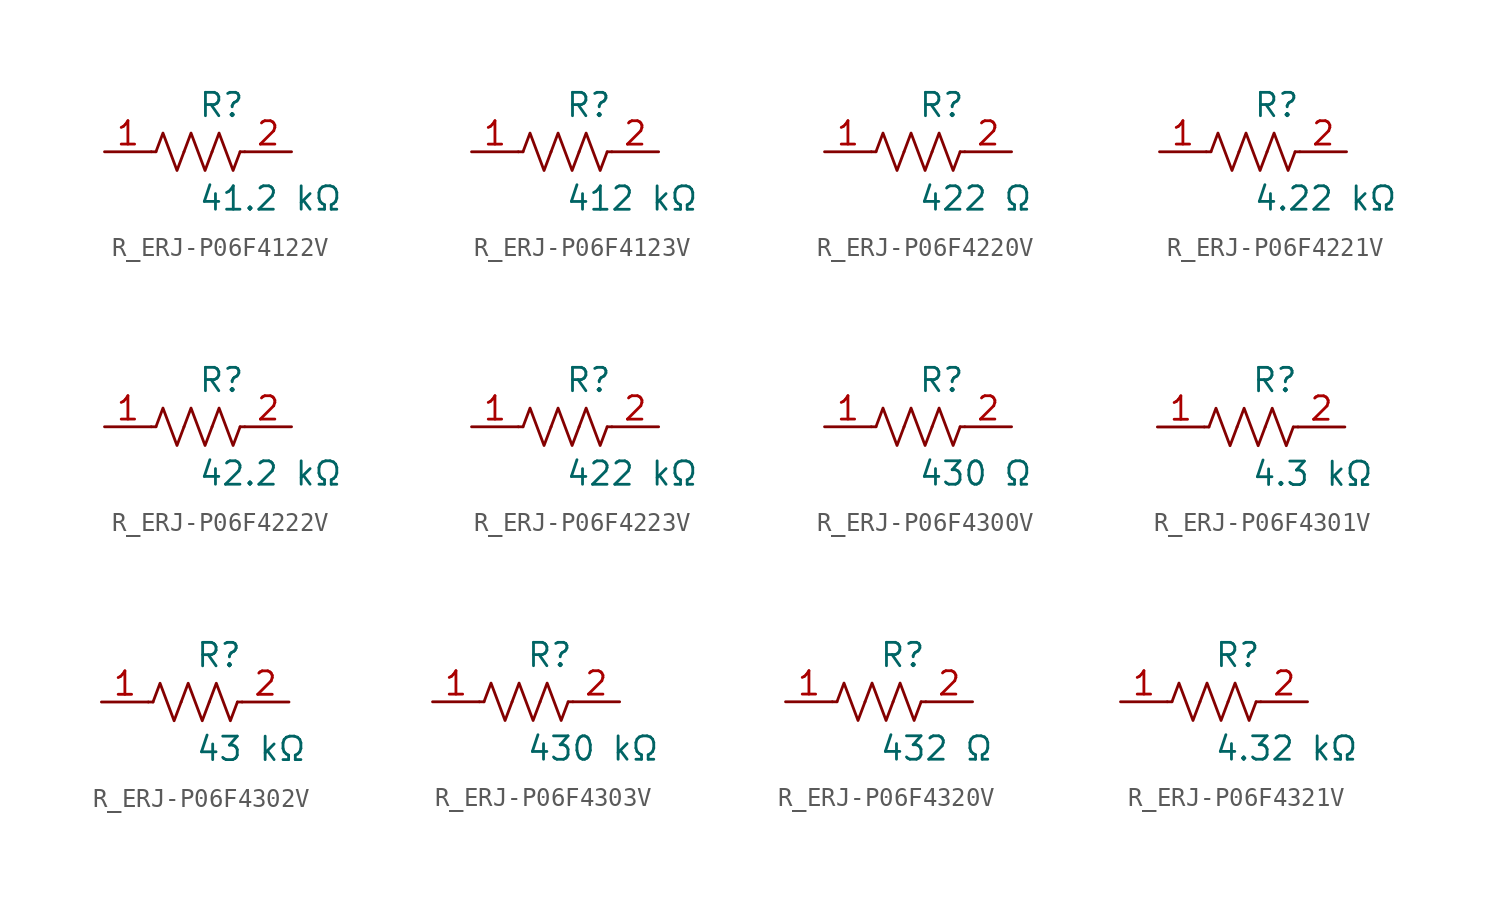
<source format=kicad_sym>
(kicad_symbol_lib
  (version 20231120)
  (generator kicad_symbol_editor)
  (generator_version 8.0)
  (symbol "R_ERJ-P06F4122V"
    (pin_names
      (offset 0.254))
    (property "Reference" "R"
      (at 0.0 2.54 0)
      (effects (font (size 1.27 1.27)) (justify left)))
    (property "Value" "41.2 kΩ"
      (at 0.0 -2.54 0)
      (effects (font (size 1.27 1.27)) (justify left)))
    (symbol "R_ERJ-P06F4122V_0_1"
      (polyline (pts (xy 2.286 0) (xy 2.54 0)) (stroke (width 0) (type default)) (fill (type none)))
      (polyline (pts (xy -2.286 0) (xy -2.54 0)) (stroke (width 0) (type default)) (fill (type none)))
      (polyline (pts (xy 0.762 0) (xy 1.143 1.016) (xy 1.524 0) (xy 1.905 -1.016) (xy 2.286 0)) (stroke (width 0) (type default)) (fill (type none)))
      (polyline (pts (xy -0.762 0) (xy -0.381 1.016) (xy 0 0) (xy 0.381 -1.016) (xy 0.762 0)) (stroke (width 0) (type default)) (fill (type none)))
      (polyline (pts (xy -2.286 0) (xy -1.905 1.016) (xy -1.524 0) (xy -1.143 -1.016) (xy -0.762 0)) (stroke (width 0) (type default)) (fill (type none))))
    (pin unspecified line
      (at -5.08 0 0)
      (length 2.54)
      (name "" (effects (font (size 1.27 1.27))))
      (number "1" (effects (font (size 1.27 1.27)))))
    (pin unspecified line
      (at 5.08 0 180)
      (length 2.54)
      (name "" (effects (font (size 1.27 1.27))))
      (number "2" (effects (font (size 1.27 1.27))))))
  (symbol "R_ERJ-P06F4123V"
    (pin_names
      (offset 0.254))
    (property "Reference" "R"
      (at 0.0 2.54 0)
      (effects (font (size 1.27 1.27)) (justify left)))
    (property "Value" "412 kΩ"
      (at 0.0 -2.54 0)
      (effects (font (size 1.27 1.27)) (justify left)))
    (symbol "R_ERJ-P06F4123V_0_1"
      (polyline (pts (xy 2.286 0) (xy 2.54 0)) (stroke (width 0) (type default)) (fill (type none)))
      (polyline (pts (xy -2.286 0) (xy -2.54 0)) (stroke (width 0) (type default)) (fill (type none)))
      (polyline (pts (xy 0.762 0) (xy 1.143 1.016) (xy 1.524 0) (xy 1.905 -1.016) (xy 2.286 0)) (stroke (width 0) (type default)) (fill (type none)))
      (polyline (pts (xy -0.762 0) (xy -0.381 1.016) (xy 0 0) (xy 0.381 -1.016) (xy 0.762 0)) (stroke (width 0) (type default)) (fill (type none)))
      (polyline (pts (xy -2.286 0) (xy -1.905 1.016) (xy -1.524 0) (xy -1.143 -1.016) (xy -0.762 0)) (stroke (width 0) (type default)) (fill (type none))))
    (pin unspecified line
      (at -5.08 0 0)
      (length 2.54)
      (name "" (effects (font (size 1.27 1.27))))
      (number "1" (effects (font (size 1.27 1.27)))))
    (pin unspecified line
      (at 5.08 0 180)
      (length 2.54)
      (name "" (effects (font (size 1.27 1.27))))
      (number "2" (effects (font (size 1.27 1.27))))))
  (symbol "R_ERJ-P06F4220V"
    (pin_names
      (offset 0.254))
    (property "Reference" "R"
      (at 0.0 2.54 0)
      (effects (font (size 1.27 1.27)) (justify left)))
    (property "Value" "422 Ω"
      (at 0.0 -2.54 0)
      (effects (font (size 1.27 1.27)) (justify left)))
    (symbol "R_ERJ-P06F4220V_0_1"
      (polyline (pts (xy 2.286 0) (xy 2.54 0)) (stroke (width 0) (type default)) (fill (type none)))
      (polyline (pts (xy -2.286 0) (xy -2.54 0)) (stroke (width 0) (type default)) (fill (type none)))
      (polyline (pts (xy 0.762 0) (xy 1.143 1.016) (xy 1.524 0) (xy 1.905 -1.016) (xy 2.286 0)) (stroke (width 0) (type default)) (fill (type none)))
      (polyline (pts (xy -0.762 0) (xy -0.381 1.016) (xy 0 0) (xy 0.381 -1.016) (xy 0.762 0)) (stroke (width 0) (type default)) (fill (type none)))
      (polyline (pts (xy -2.286 0) (xy -1.905 1.016) (xy -1.524 0) (xy -1.143 -1.016) (xy -0.762 0)) (stroke (width 0) (type default)) (fill (type none))))
    (pin unspecified line
      (at -5.08 0 0)
      (length 2.54)
      (name "" (effects (font (size 1.27 1.27))))
      (number "1" (effects (font (size 1.27 1.27)))))
    (pin unspecified line
      (at 5.08 0 180)
      (length 2.54)
      (name "" (effects (font (size 1.27 1.27))))
      (number "2" (effects (font (size 1.27 1.27))))))
  (symbol "R_ERJ-P06F4221V"
    (pin_names
      (offset 0.254))
    (property "Reference" "R"
      (at 0.0 2.54 0)
      (effects (font (size 1.27 1.27)) (justify left)))
    (property "Value" "4.22 kΩ"
      (at 0.0 -2.54 0)
      (effects (font (size 1.27 1.27)) (justify left)))
    (symbol "R_ERJ-P06F4221V_0_1"
      (polyline (pts (xy 2.286 0) (xy 2.54 0)) (stroke (width 0) (type default)) (fill (type none)))
      (polyline (pts (xy -2.286 0) (xy -2.54 0)) (stroke (width 0) (type default)) (fill (type none)))
      (polyline (pts (xy 0.762 0) (xy 1.143 1.016) (xy 1.524 0) (xy 1.905 -1.016) (xy 2.286 0)) (stroke (width 0) (type default)) (fill (type none)))
      (polyline (pts (xy -0.762 0) (xy -0.381 1.016) (xy 0 0) (xy 0.381 -1.016) (xy 0.762 0)) (stroke (width 0) (type default)) (fill (type none)))
      (polyline (pts (xy -2.286 0) (xy -1.905 1.016) (xy -1.524 0) (xy -1.143 -1.016) (xy -0.762 0)) (stroke (width 0) (type default)) (fill (type none))))
    (pin unspecified line
      (at -5.08 0 0)
      (length 2.54)
      (name "" (effects (font (size 1.27 1.27))))
      (number "1" (effects (font (size 1.27 1.27)))))
    (pin unspecified line
      (at 5.08 0 180)
      (length 2.54)
      (name "" (effects (font (size 1.27 1.27))))
      (number "2" (effects (font (size 1.27 1.27))))))
  (symbol "R_ERJ-P06F4222V"
    (pin_names
      (offset 0.254))
    (property "Reference" "R"
      (at 0.0 2.54 0)
      (effects (font (size 1.27 1.27)) (justify left)))
    (property "Value" "42.2 kΩ"
      (at 0.0 -2.54 0)
      (effects (font (size 1.27 1.27)) (justify left)))
    (symbol "R_ERJ-P06F4222V_0_1"
      (polyline (pts (xy 2.286 0) (xy 2.54 0)) (stroke (width 0) (type default)) (fill (type none)))
      (polyline (pts (xy -2.286 0) (xy -2.54 0)) (stroke (width 0) (type default)) (fill (type none)))
      (polyline (pts (xy 0.762 0) (xy 1.143 1.016) (xy 1.524 0) (xy 1.905 -1.016) (xy 2.286 0)) (stroke (width 0) (type default)) (fill (type none)))
      (polyline (pts (xy -0.762 0) (xy -0.381 1.016) (xy 0 0) (xy 0.381 -1.016) (xy 0.762 0)) (stroke (width 0) (type default)) (fill (type none)))
      (polyline (pts (xy -2.286 0) (xy -1.905 1.016) (xy -1.524 0) (xy -1.143 -1.016) (xy -0.762 0)) (stroke (width 0) (type default)) (fill (type none))))
    (pin unspecified line
      (at -5.08 0 0)
      (length 2.54)
      (name "" (effects (font (size 1.27 1.27))))
      (number "1" (effects (font (size 1.27 1.27)))))
    (pin unspecified line
      (at 5.08 0 180)
      (length 2.54)
      (name "" (effects (font (size 1.27 1.27))))
      (number "2" (effects (font (size 1.27 1.27))))))
  (symbol "R_ERJ-P06F4223V"
    (pin_names
      (offset 0.254))
    (property "Reference" "R"
      (at 0.0 2.54 0)
      (effects (font (size 1.27 1.27)) (justify left)))
    (property "Value" "422 kΩ"
      (at 0.0 -2.54 0)
      (effects (font (size 1.27 1.27)) (justify left)))
    (symbol "R_ERJ-P06F4223V_0_1"
      (polyline (pts (xy 2.286 0) (xy 2.54 0)) (stroke (width 0) (type default)) (fill (type none)))
      (polyline (pts (xy -2.286 0) (xy -2.54 0)) (stroke (width 0) (type default)) (fill (type none)))
      (polyline (pts (xy 0.762 0) (xy 1.143 1.016) (xy 1.524 0) (xy 1.905 -1.016) (xy 2.286 0)) (stroke (width 0) (type default)) (fill (type none)))
      (polyline (pts (xy -0.762 0) (xy -0.381 1.016) (xy 0 0) (xy 0.381 -1.016) (xy 0.762 0)) (stroke (width 0) (type default)) (fill (type none)))
      (polyline (pts (xy -2.286 0) (xy -1.905 1.016) (xy -1.524 0) (xy -1.143 -1.016) (xy -0.762 0)) (stroke (width 0) (type default)) (fill (type none))))
    (pin unspecified line
      (at -5.08 0 0)
      (length 2.54)
      (name "" (effects (font (size 1.27 1.27))))
      (number "1" (effects (font (size 1.27 1.27)))))
    (pin unspecified line
      (at 5.08 0 180)
      (length 2.54)
      (name "" (effects (font (size 1.27 1.27))))
      (number "2" (effects (font (size 1.27 1.27))))))
  (symbol "R_ERJ-P06F4300V"
    (pin_names
      (offset 0.254))
    (property "Reference" "R"
      (at 0.0 2.54 0)
      (effects (font (size 1.27 1.27)) (justify left)))
    (property "Value" "430 Ω"
      (at 0.0 -2.54 0)
      (effects (font (size 1.27 1.27)) (justify left)))
    (symbol "R_ERJ-P06F4300V_0_1"
      (polyline (pts (xy 2.286 0) (xy 2.54 0)) (stroke (width 0) (type default)) (fill (type none)))
      (polyline (pts (xy -2.286 0) (xy -2.54 0)) (stroke (width 0) (type default)) (fill (type none)))
      (polyline (pts (xy 0.762 0) (xy 1.143 1.016) (xy 1.524 0) (xy 1.905 -1.016) (xy 2.286 0)) (stroke (width 0) (type default)) (fill (type none)))
      (polyline (pts (xy -0.762 0) (xy -0.381 1.016) (xy 0 0) (xy 0.381 -1.016) (xy 0.762 0)) (stroke (width 0) (type default)) (fill (type none)))
      (polyline (pts (xy -2.286 0) (xy -1.905 1.016) (xy -1.524 0) (xy -1.143 -1.016) (xy -0.762 0)) (stroke (width 0) (type default)) (fill (type none))))
    (pin unspecified line
      (at -5.08 0 0)
      (length 2.54)
      (name "" (effects (font (size 1.27 1.27))))
      (number "1" (effects (font (size 1.27 1.27)))))
    (pin unspecified line
      (at 5.08 0 180)
      (length 2.54)
      (name "" (effects (font (size 1.27 1.27))))
      (number "2" (effects (font (size 1.27 1.27))))))
  (symbol "R_ERJ-P06F4301V"
    (pin_names
      (offset 0.254))
    (property "Reference" "R"
      (at 0.0 2.54 0)
      (effects (font (size 1.27 1.27)) (justify left)))
    (property "Value" "4.3 kΩ"
      (at 0.0 -2.54 0)
      (effects (font (size 1.27 1.27)) (justify left)))
    (symbol "R_ERJ-P06F4301V_0_1"
      (polyline (pts (xy 2.286 0) (xy 2.54 0)) (stroke (width 0) (type default)) (fill (type none)))
      (polyline (pts (xy -2.286 0) (xy -2.54 0)) (stroke (width 0) (type default)) (fill (type none)))
      (polyline (pts (xy 0.762 0) (xy 1.143 1.016) (xy 1.524 0) (xy 1.905 -1.016) (xy 2.286 0)) (stroke (width 0) (type default)) (fill (type none)))
      (polyline (pts (xy -0.762 0) (xy -0.381 1.016) (xy 0 0) (xy 0.381 -1.016) (xy 0.762 0)) (stroke (width 0) (type default)) (fill (type none)))
      (polyline (pts (xy -2.286 0) (xy -1.905 1.016) (xy -1.524 0) (xy -1.143 -1.016) (xy -0.762 0)) (stroke (width 0) (type default)) (fill (type none))))
    (pin unspecified line
      (at -5.08 0 0)
      (length 2.54)
      (name "" (effects (font (size 1.27 1.27))))
      (number "1" (effects (font (size 1.27 1.27)))))
    (pin unspecified line
      (at 5.08 0 180)
      (length 2.54)
      (name "" (effects (font (size 1.27 1.27))))
      (number "2" (effects (font (size 1.27 1.27))))))
  (symbol "R_ERJ-P06F4302V"
    (pin_names
      (offset 0.254))
    (property "Reference" "R"
      (at 0.0 2.54 0)
      (effects (font (size 1.27 1.27)) (justify left)))
    (property "Value" "43 kΩ"
      (at 0.0 -2.54 0)
      (effects (font (size 1.27 1.27)) (justify left)))
    (symbol "R_ERJ-P06F4302V_0_1"
      (polyline (pts (xy 2.286 0) (xy 2.54 0)) (stroke (width 0) (type default)) (fill (type none)))
      (polyline (pts (xy -2.286 0) (xy -2.54 0)) (stroke (width 0) (type default)) (fill (type none)))
      (polyline (pts (xy 0.762 0) (xy 1.143 1.016) (xy 1.524 0) (xy 1.905 -1.016) (xy 2.286 0)) (stroke (width 0) (type default)) (fill (type none)))
      (polyline (pts (xy -0.762 0) (xy -0.381 1.016) (xy 0 0) (xy 0.381 -1.016) (xy 0.762 0)) (stroke (width 0) (type default)) (fill (type none)))
      (polyline (pts (xy -2.286 0) (xy -1.905 1.016) (xy -1.524 0) (xy -1.143 -1.016) (xy -0.762 0)) (stroke (width 0) (type default)) (fill (type none))))
    (pin unspecified line
      (at -5.08 0 0)
      (length 2.54)
      (name "" (effects (font (size 1.27 1.27))))
      (number "1" (effects (font (size 1.27 1.27)))))
    (pin unspecified line
      (at 5.08 0 180)
      (length 2.54)
      (name "" (effects (font (size 1.27 1.27))))
      (number "2" (effects (font (size 1.27 1.27))))))
  (symbol "R_ERJ-P06F4303V"
    (pin_names
      (offset 0.254))
    (property "Reference" "R"
      (at 0.0 2.54 0)
      (effects (font (size 1.27 1.27)) (justify left)))
    (property "Value" "430 kΩ"
      (at 0.0 -2.54 0)
      (effects (font (size 1.27 1.27)) (justify left)))
    (symbol "R_ERJ-P06F4303V_0_1"
      (polyline (pts (xy 2.286 0) (xy 2.54 0)) (stroke (width 0) (type default)) (fill (type none)))
      (polyline (pts (xy -2.286 0) (xy -2.54 0)) (stroke (width 0) (type default)) (fill (type none)))
      (polyline (pts (xy 0.762 0) (xy 1.143 1.016) (xy 1.524 0) (xy 1.905 -1.016) (xy 2.286 0)) (stroke (width 0) (type default)) (fill (type none)))
      (polyline (pts (xy -0.762 0) (xy -0.381 1.016) (xy 0 0) (xy 0.381 -1.016) (xy 0.762 0)) (stroke (width 0) (type default)) (fill (type none)))
      (polyline (pts (xy -2.286 0) (xy -1.905 1.016) (xy -1.524 0) (xy -1.143 -1.016) (xy -0.762 0)) (stroke (width 0) (type default)) (fill (type none))))
    (pin unspecified line
      (at -5.08 0 0)
      (length 2.54)
      (name "" (effects (font (size 1.27 1.27))))
      (number "1" (effects (font (size 1.27 1.27)))))
    (pin unspecified line
      (at 5.08 0 180)
      (length 2.54)
      (name "" (effects (font (size 1.27 1.27))))
      (number "2" (effects (font (size 1.27 1.27))))))
  (symbol "R_ERJ-P06F4320V"
    (pin_names
      (offset 0.254))
    (property "Reference" "R"
      (at 0.0 2.54 0)
      (effects (font (size 1.27 1.27)) (justify left)))
    (property "Value" "432 Ω"
      (at 0.0 -2.54 0)
      (effects (font (size 1.27 1.27)) (justify left)))
    (symbol "R_ERJ-P06F4320V_0_1"
      (polyline (pts (xy 2.286 0) (xy 2.54 0)) (stroke (width 0) (type default)) (fill (type none)))
      (polyline (pts (xy -2.286 0) (xy -2.54 0)) (stroke (width 0) (type default)) (fill (type none)))
      (polyline (pts (xy 0.762 0) (xy 1.143 1.016) (xy 1.524 0) (xy 1.905 -1.016) (xy 2.286 0)) (stroke (width 0) (type default)) (fill (type none)))
      (polyline (pts (xy -0.762 0) (xy -0.381 1.016) (xy 0 0) (xy 0.381 -1.016) (xy 0.762 0)) (stroke (width 0) (type default)) (fill (type none)))
      (polyline (pts (xy -2.286 0) (xy -1.905 1.016) (xy -1.524 0) (xy -1.143 -1.016) (xy -0.762 0)) (stroke (width 0) (type default)) (fill (type none))))
    (pin unspecified line
      (at -5.08 0 0)
      (length 2.54)
      (name "" (effects (font (size 1.27 1.27))))
      (number "1" (effects (font (size 1.27 1.27)))))
    (pin unspecified line
      (at 5.08 0 180)
      (length 2.54)
      (name "" (effects (font (size 1.27 1.27))))
      (number "2" (effects (font (size 1.27 1.27))))))
  (symbol "R_ERJ-P06F4321V"
    (pin_names
      (offset 0.254))
    (property "Reference" "R"
      (at 0.0 2.54 0)
      (effects (font (size 1.27 1.27)) (justify left)))
    (property "Value" "4.32 kΩ"
      (at 0.0 -2.54 0)
      (effects (font (size 1.27 1.27)) (justify left)))
    (symbol "R_ERJ-P06F4321V_0_1"
      (polyline (pts (xy 2.286 0) (xy 2.54 0)) (stroke (width 0) (type default)) (fill (type none)))
      (polyline (pts (xy -2.286 0) (xy -2.54 0)) (stroke (width 0) (type default)) (fill (type none)))
      (polyline (pts (xy 0.762 0) (xy 1.143 1.016) (xy 1.524 0) (xy 1.905 -1.016) (xy 2.286 0)) (stroke (width 0) (type default)) (fill (type none)))
      (polyline (pts (xy -0.762 0) (xy -0.381 1.016) (xy 0 0) (xy 0.381 -1.016) (xy 0.762 0)) (stroke (width 0) (type default)) (fill (type none)))
      (polyline (pts (xy -2.286 0) (xy -1.905 1.016) (xy -1.524 0) (xy -1.143 -1.016) (xy -0.762 0)) (stroke (width 0) (type default)) (fill (type none))))
    (pin unspecified line
      (at -5.08 0 0)
      (length 2.54)
      (name "" (effects (font (size 1.27 1.27))))
      (number "1" (effects (font (size 1.27 1.27)))))
    (pin unspecified line
      (at 5.08 0 180)
      (length 2.54)
      (name "" (effects (font (size 1.27 1.27))))
      (number "2" (effects (font (size 1.27 1.27)))))))
</source>
